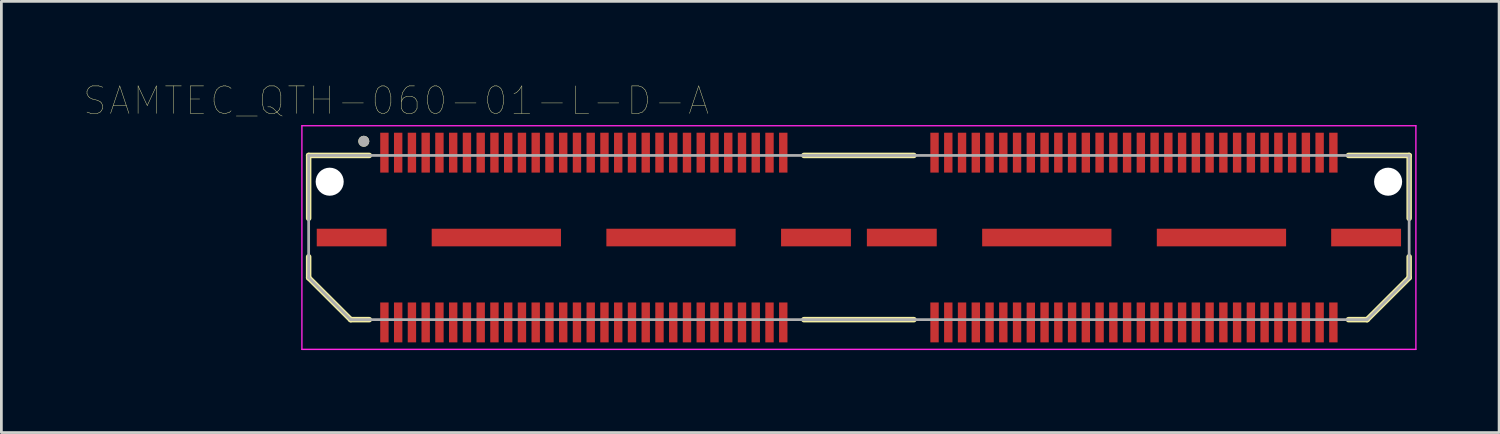
<source format=kicad_pcb>
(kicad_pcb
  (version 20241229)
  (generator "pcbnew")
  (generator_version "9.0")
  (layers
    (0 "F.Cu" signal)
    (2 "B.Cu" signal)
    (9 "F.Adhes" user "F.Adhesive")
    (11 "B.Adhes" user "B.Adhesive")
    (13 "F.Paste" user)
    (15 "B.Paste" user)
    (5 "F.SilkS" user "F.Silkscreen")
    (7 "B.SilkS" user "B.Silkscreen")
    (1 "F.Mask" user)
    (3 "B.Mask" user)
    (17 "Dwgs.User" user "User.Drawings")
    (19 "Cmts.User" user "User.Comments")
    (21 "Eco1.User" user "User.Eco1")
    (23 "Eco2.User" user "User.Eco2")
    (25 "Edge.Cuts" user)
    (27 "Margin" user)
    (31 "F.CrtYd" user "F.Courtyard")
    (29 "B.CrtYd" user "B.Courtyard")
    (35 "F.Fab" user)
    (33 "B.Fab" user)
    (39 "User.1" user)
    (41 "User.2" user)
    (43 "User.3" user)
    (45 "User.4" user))
  (footprint "SAMTEC_QTH-060-01-L-D-A"
    (layer "F.Cu")
    (at 28.176 5.586)
    (property "Reference" "SAMTEC_QTH-060-01-L-D-A" (at -16.825 -4.975 0) (layer "F.SilkS") (effects (font (size 1 1) (thickness 0.015))))
    (attr through_hole)
    (fp_line (start -20.005 -2.985) (end -17.8 -2.985) (stroke (width 0.2) (type solid)) (layer "F.SilkS"))
    (fp_line (start -20.005 -0.7) (end -20.005 -2.985) (stroke (width 0.2) (type solid)) (layer "F.SilkS"))
    (fp_line (start -20.005 1.461) (end -20.005 0.7) (stroke (width 0.2) (type solid)) (layer "F.SilkS"))
    (fp_line (start -18.476 2.985) (end -20.005 1.461) (stroke (width 0.2) (type solid)) (layer "F.SilkS"))
    (fp_line (start -18.476 2.985) (end -17.8 2.985) (stroke (width 0.2) (type solid)) (layer "F.SilkS"))
    (fp_line (start -2 -2.985) (end 2 -2.985) (stroke (width 0.2) (type solid)) (layer "F.SilkS"))
    (fp_line (start -2 2.985) (end 2 2.985) (stroke (width 0.2) (type solid)) (layer "F.SilkS"))
    (fp_line (start 18.476 2.985) (end 17.8 2.985) (stroke (width 0.2) (type solid)) (layer "F.SilkS"))
    (fp_line (start 20.005 -2.985) (end 17.8 -2.985) (stroke (width 0.2) (type solid)) (layer "F.SilkS"))
    (fp_line (start 20.005 -0.7) (end 20.005 -2.985) (stroke (width 0.2) (type solid)) (layer "F.SilkS"))
    (fp_line (start 20.005 1.461) (end 18.476 2.985) (stroke (width 0.2) (type solid)) (layer "F.SilkS"))
    (fp_line (start 20.005 1.461) (end 20.005 0.7) (stroke (width 0.2) (type solid)) (layer "F.SilkS"))
    (fp_circle (center -18 -3.5) (end -17.9 -3.5) (stroke (width 0.2) (type solid)) (fill no) (layer "F.SilkS"))
    (fp_line (start -20.25 -4.065) (end 20.25 -4.065) (stroke (width 0.05) (type solid)) (layer "F.CrtYd"))
    (fp_line (start -20.25 4.065) (end -20.25 -4.065) (stroke (width 0.05) (type solid)) (layer "F.CrtYd"))
    (fp_line (start 20.25 -4.065) (end 20.25 4.065) (stroke (width 0.05) (type solid)) (layer "F.CrtYd"))
    (fp_line (start 20.25 4.065) (end -20.25 4.065) (stroke (width 0.05) (type solid)) (layer "F.CrtYd"))
    (fp_line (start -20.005 -2.985) (end 20.005 -2.985) (stroke (width 0.1) (type solid)) (layer "F.Fab"))
    (fp_line (start -20.005 1.461) (end -20.005 -2.985) (stroke (width 0.1) (type solid)) (layer "F.Fab"))
    (fp_line (start -18.476 2.985) (end -20.005 1.461) (stroke (width 0.1) (type solid)) (layer "F.Fab"))
    (fp_line (start 18.476 2.985) (end -18.476 2.985) (stroke (width 0.1) (type solid)) (layer "F.Fab"))
    (fp_line (start 20.005 -2.985) (end 20.005 1.461) (stroke (width 0.1) (type solid)) (layer "F.Fab"))
    (fp_line (start 20.005 1.461) (end 18.476 2.985) (stroke (width 0.1) (type solid)) (layer "F.Fab"))
    (fp_circle (center -18 -3.5) (end -17.9 -3.5) (stroke (width 0.2) (type solid)) (fill no) (layer "F.Fab"))
    (pad "" np_thru_hole circle (at -19.24 -2.03) (size 1.02 1.02) (drill 1.02) (layers "*.Cu" "*.Mask"))
    (pad "" np_thru_hole circle (at 19.24 -2.03) (size 1.02 1.02) (drill 1.02) (layers "*.Cu" "*.Mask"))
    (pad "1" smd rect (at -17.25 -3.086) (size 0.305 1.45) (layers "F.Cu" "F.Mask" "F.Paste"))
    (pad "2" smd rect (at -17.25 3.086) (size 0.305 1.45) (layers "F.Cu" "F.Mask" "F.Paste"))
    (pad "3" smd rect (at -16.75 -3.086) (size 0.305 1.45) (layers "F.Cu" "F.Mask" "F.Paste"))
    (pad "4" smd rect (at -16.75 3.086) (size 0.305 1.45) (layers "F.Cu" "F.Mask" "F.Paste"))
    (pad "5" smd rect (at -16.25 -3.086) (size 0.305 1.45) (layers "F.Cu" "F.Mask" "F.Paste"))
    (pad "6" smd rect (at -16.25 3.086) (size 0.305 1.45) (layers "F.Cu" "F.Mask" "F.Paste"))
    (pad "7" smd rect (at -15.75 -3.086) (size 0.305 1.45) (layers "F.Cu" "F.Mask" "F.Paste"))
    (pad "8" smd rect (at -15.75 3.086) (size 0.305 1.45) (layers "F.Cu" "F.Mask" "F.Paste"))
    (pad "9" smd rect (at -15.25 -3.086) (size 0.305 1.45) (layers "F.Cu" "F.Mask" "F.Paste"))
    (pad "10" smd rect (at -15.25 3.086) (size 0.305 1.45) (layers "F.Cu" "F.Mask" "F.Paste"))
    (pad "11" smd rect (at -14.75 -3.086) (size 0.305 1.45) (layers "F.Cu" "F.Mask" "F.Paste"))
    (pad "12" smd rect (at -14.75 3.086) (size 0.305 1.45) (layers "F.Cu" "F.Mask" "F.Paste"))
    (pad "13" smd rect (at -14.25 -3.086) (size 0.305 1.45) (layers "F.Cu" "F.Mask" "F.Paste"))
    (pad "14" smd rect (at -14.25 3.086) (size 0.305 1.45) (layers "F.Cu" "F.Mask" "F.Paste"))
    (pad "15" smd rect (at -13.75 -3.086) (size 0.305 1.45) (layers "F.Cu" "F.Mask" "F.Paste"))
    (pad "16" smd rect (at -13.75 3.086) (size 0.305 1.45) (layers "F.Cu" "F.Mask" "F.Paste"))
    (pad "17" smd rect (at -13.25 -3.086) (size 0.305 1.45) (layers "F.Cu" "F.Mask" "F.Paste"))
    (pad "18" smd rect (at -13.25 3.086) (size 0.305 1.45) (layers "F.Cu" "F.Mask" "F.Paste"))
    (pad "19" smd rect (at -12.75 -3.086) (size 0.305 1.45) (layers "F.Cu" "F.Mask" "F.Paste"))
    (pad "20" smd rect (at -12.75 3.086) (size 0.305 1.45) (layers "F.Cu" "F.Mask" "F.Paste"))
    (pad "21" smd rect (at -12.25 -3.086) (size 0.305 1.45) (layers "F.Cu" "F.Mask" "F.Paste"))
    (pad "22" smd rect (at -12.25 3.086) (size 0.305 1.45) (layers "F.Cu" "F.Mask" "F.Paste"))
    (pad "23" smd rect (at -11.75 -3.086) (size 0.305 1.45) (layers "F.Cu" "F.Mask" "F.Paste"))
    (pad "24" smd rect (at -11.75 3.086) (size 0.305 1.45) (layers "F.Cu" "F.Mask" "F.Paste"))
    (pad "25" smd rect (at -11.25 -3.086) (size 0.305 1.45) (layers "F.Cu" "F.Mask" "F.Paste"))
    (pad "26" smd rect (at -11.25 3.086) (size 0.305 1.45) (layers "F.Cu" "F.Mask" "F.Paste"))
    (pad "27" smd rect (at -10.75 -3.086) (size 0.305 1.45) (layers "F.Cu" "F.Mask" "F.Paste"))
    (pad "28" smd rect (at -10.75 3.086) (size 0.305 1.45) (layers "F.Cu" "F.Mask" "F.Paste"))
    (pad "29" smd rect (at -10.25 -3.086) (size 0.305 1.45) (layers "F.Cu" "F.Mask" "F.Paste"))
    (pad "30" smd rect (at -10.25 3.086) (size 0.305 1.45) (layers "F.Cu" "F.Mask" "F.Paste"))
    (pad "31" smd rect (at -9.75 -3.086) (size 0.305 1.45) (layers "F.Cu" "F.Mask" "F.Paste"))
    (pad "32" smd rect (at -9.75 3.086) (size 0.305 1.45) (layers "F.Cu" "F.Mask" "F.Paste"))
    (pad "33" smd rect (at -9.25 -3.086) (size 0.305 1.45) (layers "F.Cu" "F.Mask" "F.Paste"))
    (pad "34" smd rect (at -9.25 3.086) (size 0.305 1.45) (layers "F.Cu" "F.Mask" "F.Paste"))
    (pad "35" smd rect (at -8.75 -3.086) (size 0.305 1.45) (layers "F.Cu" "F.Mask" "F.Paste"))
    (pad "36" smd rect (at -8.75 3.086) (size 0.305 1.45) (layers "F.Cu" "F.Mask" "F.Paste"))
    (pad "37" smd rect (at -8.25 -3.086) (size 0.305 1.45) (layers "F.Cu" "F.Mask" "F.Paste"))
    (pad "38" smd rect (at -8.25 3.086) (size 0.305 1.45) (layers "F.Cu" "F.Mask" "F.Paste"))
    (pad "39" smd rect (at -7.75 -3.086) (size 0.305 1.45) (layers "F.Cu" "F.Mask" "F.Paste"))
    (pad "40" smd rect (at -7.75 3.086) (size 0.305 1.45) (layers "F.Cu" "F.Mask" "F.Paste"))
    (pad "41" smd rect (at -7.25 -3.086) (size 0.305 1.45) (layers "F.Cu" "F.Mask" "F.Paste"))
    (pad "42" smd rect (at -7.25 3.086) (size 0.305 1.45) (layers "F.Cu" "F.Mask" "F.Paste"))
    (pad "43" smd rect (at -6.75 -3.086) (size 0.305 1.45) (layers "F.Cu" "F.Mask" "F.Paste"))
    (pad "44" smd rect (at -6.75 3.086) (size 0.305 1.45) (layers "F.Cu" "F.Mask" "F.Paste"))
    (pad "45" smd rect (at -6.25 -3.086) (size 0.305 1.45) (layers "F.Cu" "F.Mask" "F.Paste"))
    (pad "46" smd rect (at -6.25 3.086) (size 0.305 1.45) (layers "F.Cu" "F.Mask" "F.Paste"))
    (pad "47" smd rect (at -5.75 -3.086) (size 0.305 1.45) (layers "F.Cu" "F.Mask" "F.Paste"))
    (pad "48" smd rect (at -5.75 3.086) (size 0.305 1.45) (layers "F.Cu" "F.Mask" "F.Paste"))
    (pad "49" smd rect (at -5.25 -3.086) (size 0.305 1.45) (layers "F.Cu" "F.Mask" "F.Paste"))
    (pad "50" smd rect (at -5.25 3.086) (size 0.305 1.45) (layers "F.Cu" "F.Mask" "F.Paste"))
    (pad "51" smd rect (at -4.75 -3.086) (size 0.305 1.45) (layers "F.Cu" "F.Mask" "F.Paste"))
    (pad "52" smd rect (at -4.75 3.086) (size 0.305 1.45) (layers "F.Cu" "F.Mask" "F.Paste"))
    (pad "53" smd rect (at -4.25 -3.086) (size 0.305 1.45) (layers "F.Cu" "F.Mask" "F.Paste"))
    (pad "54" smd rect (at -4.25 3.086) (size 0.305 1.45) (layers "F.Cu" "F.Mask" "F.Paste"))
    (pad "55" smd rect (at -3.75 -3.086) (size 0.305 1.45) (layers "F.Cu" "F.Mask" "F.Paste"))
    (pad "56" smd rect (at -3.75 3.086) (size 0.305 1.45) (layers "F.Cu" "F.Mask" "F.Paste"))
    (pad "57" smd rect (at -3.25 -3.086) (size 0.305 1.45) (layers "F.Cu" "F.Mask" "F.Paste"))
    (pad "58" smd rect (at -3.25 3.086) (size 0.305 1.45) (layers "F.Cu" "F.Mask" "F.Paste"))
    (pad "59" smd rect (at -2.75 -3.086) (size 0.305 1.45) (layers "F.Cu" "F.Mask" "F.Paste"))
    (pad "60" smd rect (at -2.75 3.086) (size 0.305 1.45) (layers "F.Cu" "F.Mask" "F.Paste"))
    (pad "61" smd rect (at 2.75 -3.086) (size 0.305 1.45) (layers "F.Cu" "F.Mask" "F.Paste"))
    (pad "62" smd rect (at 2.75 3.086) (size 0.305 1.45) (layers "F.Cu" "F.Mask" "F.Paste"))
    (pad "63" smd rect (at 3.25 -3.086) (size 0.305 1.45) (layers "F.Cu" "F.Mask" "F.Paste"))
    (pad "64" smd rect (at 3.25 3.086) (size 0.305 1.45) (layers "F.Cu" "F.Mask" "F.Paste"))
    (pad "65" smd rect (at 3.75 -3.086) (size 0.305 1.45) (layers "F.Cu" "F.Mask" "F.Paste"))
    (pad "66" smd rect (at 3.75 3.086) (size 0.305 1.45) (layers "F.Cu" "F.Mask" "F.Paste"))
    (pad "67" smd rect (at 4.25 -3.086) (size 0.305 1.45) (layers "F.Cu" "F.Mask" "F.Paste"))
    (pad "68" smd rect (at 4.25 3.086) (size 0.305 1.45) (layers "F.Cu" "F.Mask" "F.Paste"))
    (pad "69" smd rect (at 4.75 -3.086) (size 0.305 1.45) (layers "F.Cu" "F.Mask" "F.Paste"))
    (pad "70" smd rect (at 4.75 3.086) (size 0.305 1.45) (layers "F.Cu" "F.Mask" "F.Paste"))
    (pad "71" smd rect (at 5.25 -3.086) (size 0.305 1.45) (layers "F.Cu" "F.Mask" "F.Paste"))
    (pad "72" smd rect (at 5.25 3.086) (size 0.305 1.45) (layers "F.Cu" "F.Mask" "F.Paste"))
    (pad "73" smd rect (at 5.75 -3.086) (size 0.305 1.45) (layers "F.Cu" "F.Mask" "F.Paste"))
    (pad "74" smd rect (at 5.75 3.086) (size 0.305 1.45) (layers "F.Cu" "F.Mask" "F.Paste"))
    (pad "75" smd rect (at 6.25 -3.086) (size 0.305 1.45) (layers "F.Cu" "F.Mask" "F.Paste"))
    (pad "76" smd rect (at 6.25 3.09) (size 0.305 1.45) (layers "F.Cu" "F.Mask" "F.Paste"))
    (pad "77" smd rect (at 6.75 -3.086) (size 0.305 1.45) (layers "F.Cu" "F.Mask" "F.Paste"))
    (pad "78" smd rect (at 6.75 3.086) (size 0.305 1.45) (layers "F.Cu" "F.Mask" "F.Paste"))
    (pad "79" smd rect (at 7.25 -3.086) (size 0.305 1.45) (layers "F.Cu" "F.Mask" "F.Paste"))
    (pad "80" smd rect (at 7.25 3.086) (size 0.305 1.45) (layers "F.Cu" "F.Mask" "F.Paste"))
    (pad "81" smd rect (at 7.75 -3.086) (size 0.305 1.45) (layers "F.Cu" "F.Mask" "F.Paste"))
    (pad "82" smd rect (at 7.75 3.086) (size 0.305 1.45) (layers "F.Cu" "F.Mask" "F.Paste"))
    (pad "83" smd rect (at 8.25 -3.086) (size 0.305 1.45) (layers "F.Cu" "F.Mask" "F.Paste"))
    (pad "84" smd rect (at 8.25 3.086) (size 0.305 1.45) (layers "F.Cu" "F.Mask" "F.Paste"))
    (pad "85" smd rect (at 8.75 -3.086) (size 0.305 1.45) (layers "F.Cu" "F.Mask" "F.Paste"))
    (pad "86" smd rect (at 8.75 3.086) (size 0.305 1.45) (layers "F.Cu" "F.Mask" "F.Paste"))
    (pad "87" smd rect (at 9.25 -3.086) (size 0.305 1.45) (layers "F.Cu" "F.Mask" "F.Paste"))
    (pad "88" smd rect (at 9.25 3.086) (size 0.305 1.45) (layers "F.Cu" "F.Mask" "F.Paste"))
    (pad "89" smd rect (at 9.75 -3.086) (size 0.305 1.45) (layers "F.Cu" "F.Mask" "F.Paste"))
    (pad "90" smd rect (at 9.75 3.086) (size 0.305 1.45) (layers "F.Cu" "F.Mask" "F.Paste"))
    (pad "91" smd rect (at 10.25 -3.086) (size 0.305 1.45) (layers "F.Cu" "F.Mask" "F.Paste"))
    (pad "92" smd rect (at 10.25 3.086) (size 0.305 1.45) (layers "F.Cu" "F.Mask" "F.Paste"))
    (pad "93" smd rect (at 10.75 -3.086) (size 0.305 1.45) (layers "F.Cu" "F.Mask" "F.Paste"))
    (pad "94" smd rect (at 10.75 3.086) (size 0.305 1.45) (layers "F.Cu" "F.Mask" "F.Paste"))
    (pad "95" smd rect (at 11.25 -3.086) (size 0.305 1.45) (layers "F.Cu" "F.Mask" "F.Paste"))
    (pad "96" smd rect (at 11.25 3.086) (size 0.305 1.45) (layers "F.Cu" "F.Mask" "F.Paste"))
    (pad "97" smd rect (at 11.75 -3.086) (size 0.305 1.45) (layers "F.Cu" "F.Mask" "F.Paste"))
    (pad "98" smd rect (at 11.75 3.086) (size 0.305 1.45) (layers "F.Cu" "F.Mask" "F.Paste"))
    (pad "99" smd rect (at 12.25 -3.086) (size 0.305 1.45) (layers "F.Cu" "F.Mask" "F.Paste"))
    (pad "100" smd rect (at 12.25 3.086) (size 0.305 1.45) (layers "F.Cu" "F.Mask" "F.Paste"))
    (pad "101" smd rect (at 12.75 -3.086) (size 0.305 1.45) (layers "F.Cu" "F.Mask" "F.Paste"))
    (pad "102" smd rect (at 12.75 3.086) (size 0.305 1.45) (layers "F.Cu" "F.Mask" "F.Paste"))
    (pad "103" smd rect (at 13.25 -3.086) (size 0.305 1.45) (layers "F.Cu" "F.Mask" "F.Paste"))
    (pad "104" smd rect (at 13.25 3.086) (size 0.305 1.45) (layers "F.Cu" "F.Mask" "F.Paste"))
    (pad "105" smd rect (at 13.75 -3.086) (size 0.305 1.45) (layers "F.Cu" "F.Mask" "F.Paste"))
    (pad "106" smd rect (at 13.75 3.086) (size 0.305 1.45) (layers "F.Cu" "F.Mask" "F.Paste"))
    (pad "107" smd rect (at 14.25 -3.086) (size 0.305 1.45) (layers "F.Cu" "F.Mask" "F.Paste"))
    (pad "108" smd rect (at 14.25 3.086) (size 0.305 1.45) (layers "F.Cu" "F.Mask" "F.Paste"))
    (pad "109" smd rect (at 14.75 -3.086) (size 0.305 1.45) (layers "F.Cu" "F.Mask" "F.Paste"))
    (pad "110" smd rect (at 14.75 3.086) (size 0.305 1.45) (layers "F.Cu" "F.Mask" "F.Paste"))
    (pad "111" smd rect (at 15.25 -3.086) (size 0.305 1.45) (layers "F.Cu" "F.Mask" "F.Paste"))
    (pad "112" smd rect (at 15.25 3.086) (size 0.305 1.45) (layers "F.Cu" "F.Mask" "F.Paste"))
    (pad "113" smd rect (at 15.75 -3.086) (size 0.305 1.45) (layers "F.Cu" "F.Mask" "F.Paste"))
    (pad "114" smd rect (at 15.75 3.086) (size 0.305 1.45) (layers "F.Cu" "F.Mask" "F.Paste"))
    (pad "115" smd rect (at 16.25 -3.086) (size 0.305 1.45) (layers "F.Cu" "F.Mask" "F.Paste"))
    (pad "116" smd rect (at 16.25 3.086) (size 0.305 1.45) (layers "F.Cu" "F.Mask" "F.Paste"))
    (pad "117" smd rect (at 16.75 -3.086) (size 0.305 1.45) (layers "F.Cu" "F.Mask" "F.Paste"))
    (pad "118" smd rect (at 16.75 3.086) (size 0.305 1.45) (layers "F.Cu" "F.Mask" "F.Paste"))
    (pad "119" smd rect (at 17.25 -3.086) (size 0.305 1.45) (layers "F.Cu" "F.Mask" "F.Paste"))
    (pad "120" smd rect (at 17.25 3.086) (size 0.305 1.45) (layers "F.Cu" "F.Mask" "F.Paste"))
    (pad "G1" smd rect (at -18.44 0) (size 2.54 0.64) (layers "F.Cu" "F.Mask" "F.Paste"))
    (pad "G2" smd rect (at -13.181 0) (size 4.7 0.64) (layers "F.Cu" "F.Mask" "F.Paste"))
    (pad "G3" smd rect (at -6.831 0) (size 4.7 0.64) (layers "F.Cu" "F.Mask" "F.Paste"))
    (pad "G4" smd rect (at -1.56 0) (size 2.54 0.64) (layers "F.Cu" "F.Mask" "F.Paste"))
    (pad "G5" smd rect (at 1.56 0) (size 2.54 0.64) (layers "F.Cu" "F.Mask" "F.Paste"))
    (pad "G6" smd rect (at 6.831 0) (size 4.7 0.64) (layers "F.Cu" "F.Mask" "F.Paste"))
    (pad "G7" smd rect (at 13.181 0) (size 4.7 0.64) (layers "F.Cu" "F.Mask" "F.Paste"))
    (pad "G8" smd rect (at 18.44 0) (size 2.54 0.64) (layers "F.Cu" "F.Mask" "F.Paste")))
  (gr_rect
    (start -3 -3)
    (end 51.451 12.676)
    (stroke (width 0.1) (type default))
    (fill no)
    (layer "Edge.Cuts")))
</source>
